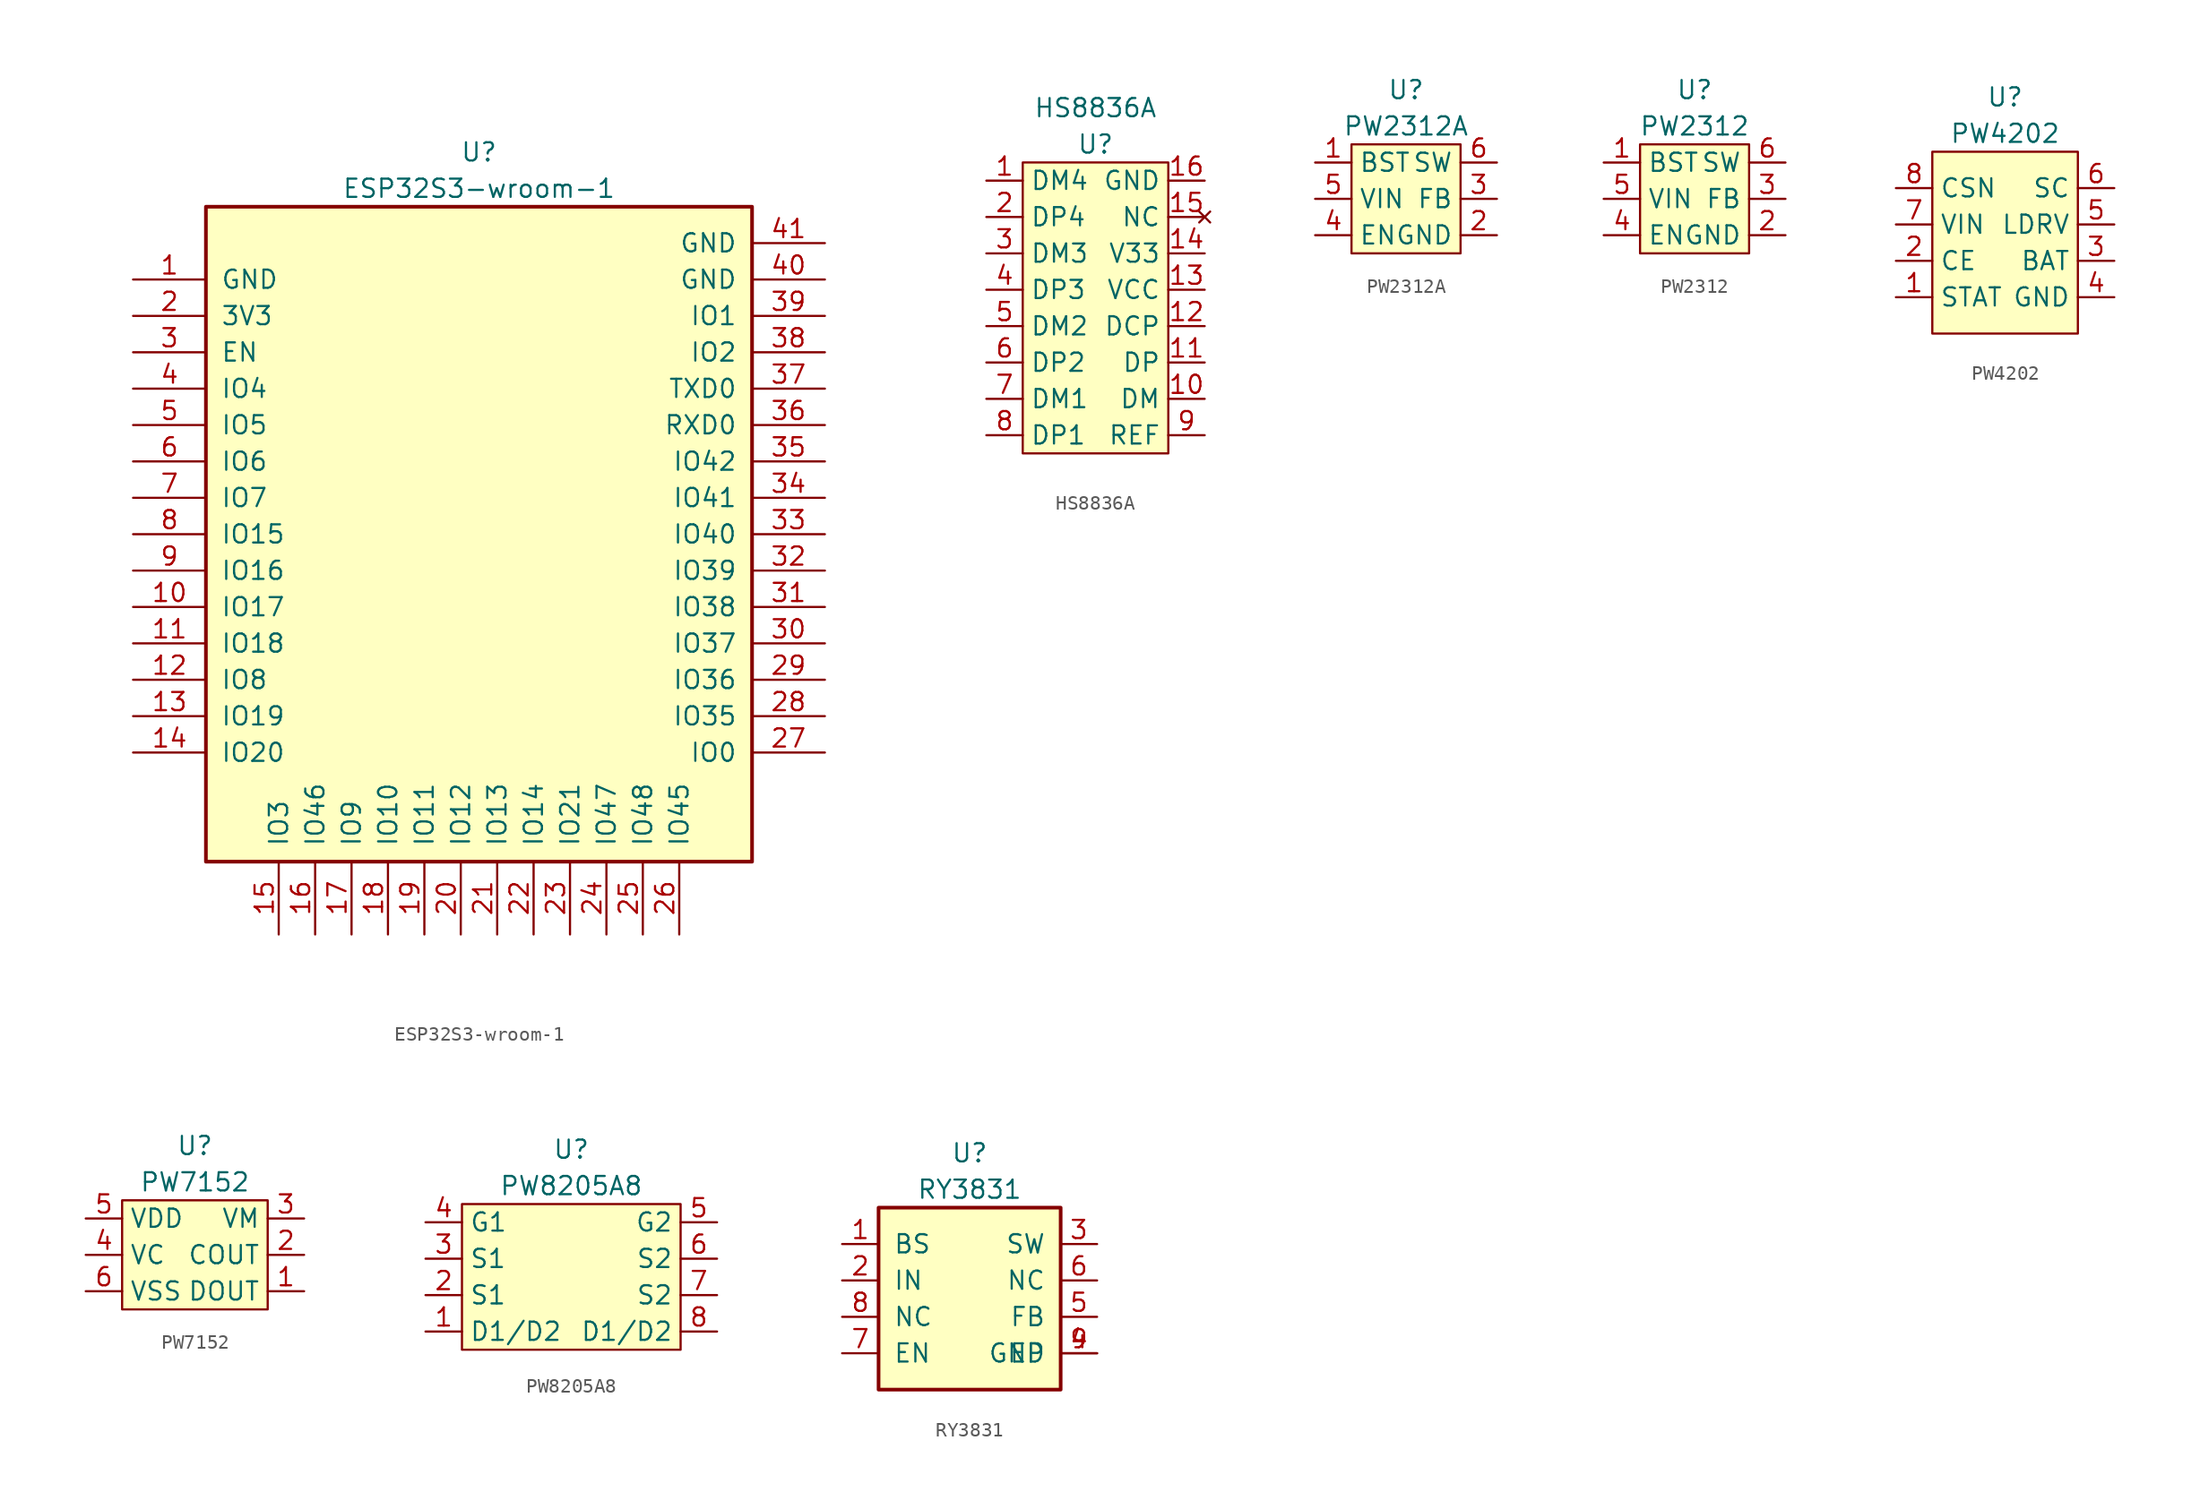
<source format=kicad_sym>
(kicad_symbol_lib
  (version 20211014)
  (generator kicad_symbol_editor)
  (symbol "ESP32S3-wroom-1"
    (pin_names
      (offset 1.016))
    (property "Reference" "U"
      (at 0 27.94 0)
      (effects (font (size 1.27 1.27))))
    (property "Value" "ESP32S3-wroom-1"
      (at 0 25.4 0)
      (effects (font (size 1.27 1.27))))
    (symbol "ESP32S3-wroom-1_0_0"
      (rectangle (start -19.05 24.13) (end 19.05 -21.59) (stroke (width 0.254) (type default) (color 0 0 0 0)) (fill (type background))))
    (symbol "ESP32S3-wroom-1_1_0"
      (pin unspecified line (at -24.13 19.05 0) (length 5.08) (name "GND" (effects (font (size 1.27 1.27)))) (number "1" (effects (font (size 1.27 1.27)))))
      (pin unspecified line (at -24.13 -3.81 0) (length 5.08) (name "IO17" (effects (font (size 1.27 1.27)))) (number "10" (effects (font (size 1.27 1.27)))))
      (pin unspecified line (at -24.13 -6.35 0) (length 5.08) (name "IO18" (effects (font (size 1.27 1.27)))) (number "11" (effects (font (size 1.27 1.27)))))
      (pin unspecified line (at -24.13 -8.89 0) (length 5.08) (name "IO8" (effects (font (size 1.27 1.27)))) (number "12" (effects (font (size 1.27 1.27)))))
      (pin unspecified line (at -24.13 -11.43 0) (length 5.08) (name "IO19" (effects (font (size 1.27 1.27)))) (number "13" (effects (font (size 1.27 1.27)))))
      (pin unspecified line (at -24.13 -13.97 0) (length 5.08) (name "IO20" (effects (font (size 1.27 1.27)))) (number "14" (effects (font (size 1.27 1.27)))))
      (pin unspecified line (at -13.97 -26.67 90) (length 5.08) (name "IO3" (effects (font (size 1.27 1.27)))) (number "15" (effects (font (size 1.27 1.27)))))
      (pin unspecified line (at -11.43 -26.67 90) (length 5.08) (name "IO46" (effects (font (size 1.27 1.27)))) (number "16" (effects (font (size 1.27 1.27)))))
      (pin unspecified line (at -8.89 -26.67 90) (length 5.08) (name "IO9" (effects (font (size 1.27 1.27)))) (number "17" (effects (font (size 1.27 1.27)))))
      (pin unspecified line (at -6.35 -26.67 90) (length 5.08) (name "IO10" (effects (font (size 1.27 1.27)))) (number "18" (effects (font (size 1.27 1.27)))))
      (pin unspecified line (at -3.81 -26.67 90) (length 5.08) (name "IO11" (effects (font (size 1.27 1.27)))) (number "19" (effects (font (size 1.27 1.27)))))
      (pin unspecified line (at -24.13 16.51 0) (length 5.08) (name "3V3" (effects (font (size 1.27 1.27)))) (number "2" (effects (font (size 1.27 1.27)))))
      (pin unspecified line (at -1.27 -26.67 90) (length 5.08) (name "IO12" (effects (font (size 1.27 1.27)))) (number "20" (effects (font (size 1.27 1.27)))))
      (pin unspecified line (at 1.27 -26.67 90) (length 5.08) (name "IO13" (effects (font (size 1.27 1.27)))) (number "21" (effects (font (size 1.27 1.27)))))
      (pin unspecified line (at 3.81 -26.67 90) (length 5.08) (name "IO14" (effects (font (size 1.27 1.27)))) (number "22" (effects (font (size 1.27 1.27)))))
      (pin unspecified line (at 6.35 -26.67 90) (length 5.08) (name "IO21" (effects (font (size 1.27 1.27)))) (number "23" (effects (font (size 1.27 1.27)))))
      (pin unspecified line (at 8.89 -26.67 90) (length 5.08) (name "IO47" (effects (font (size 1.27 1.27)))) (number "24" (effects (font (size 1.27 1.27)))))
      (pin unspecified line (at 11.43 -26.67 90) (length 5.08) (name "IO48" (effects (font (size 1.27 1.27)))) (number "25" (effects (font (size 1.27 1.27)))))
      (pin unspecified line (at 13.97 -26.67 90) (length 5.08) (name "IO45" (effects (font (size 1.27 1.27)))) (number "26" (effects (font (size 1.27 1.27)))))
      (pin unspecified line (at 24.13 -13.97 180) (length 5.08) (name "IO0" (effects (font (size 1.27 1.27)))) (number "27" (effects (font (size 1.27 1.27)))))
      (pin unspecified line (at 24.13 -11.43 180) (length 5.08) (name "IO35" (effects (font (size 1.27 1.27)))) (number "28" (effects (font (size 1.27 1.27)))))
      (pin unspecified line (at 24.13 -8.89 180) (length 5.08) (name "IO36" (effects (font (size 1.27 1.27)))) (number "29" (effects (font (size 1.27 1.27)))))
      (pin unspecified line (at -24.13 13.97 0) (length 5.08) (name "EN" (effects (font (size 1.27 1.27)))) (number "3" (effects (font (size 1.27 1.27)))))
      (pin unspecified line (at 24.13 -6.35 180) (length 5.08) (name "IO37" (effects (font (size 1.27 1.27)))) (number "30" (effects (font (size 1.27 1.27)))))
      (pin unspecified line (at 24.13 -3.81 180) (length 5.08) (name "IO38" (effects (font (size 1.27 1.27)))) (number "31" (effects (font (size 1.27 1.27)))))
      (pin unspecified line (at 24.13 -1.27 180) (length 5.08) (name "IO39" (effects (font (size 1.27 1.27)))) (number "32" (effects (font (size 1.27 1.27)))))
      (pin unspecified line (at 24.13 1.27 180) (length 5.08) (name "IO40" (effects (font (size 1.27 1.27)))) (number "33" (effects (font (size 1.27 1.27)))))
      (pin unspecified line (at 24.13 3.81 180) (length 5.08) (name "IO41" (effects (font (size 1.27 1.27)))) (number "34" (effects (font (size 1.27 1.27)))))
      (pin unspecified line (at 24.13 6.35 180) (length 5.08) (name "IO42" (effects (font (size 1.27 1.27)))) (number "35" (effects (font (size 1.27 1.27)))))
      (pin unspecified line (at 24.13 8.89 180) (length 5.08) (name "RXD0" (effects (font (size 1.27 1.27)))) (number "36" (effects (font (size 1.27 1.27)))))
      (pin unspecified line (at 24.13 11.43 180) (length 5.08) (name "TXD0" (effects (font (size 1.27 1.27)))) (number "37" (effects (font (size 1.27 1.27)))))
      (pin unspecified line (at 24.13 13.97 180) (length 5.08) (name "IO2" (effects (font (size 1.27 1.27)))) (number "38" (effects (font (size 1.27 1.27)))))
      (pin unspecified line (at 24.13 16.51 180) (length 5.08) (name "IO1" (effects (font (size 1.27 1.27)))) (number "39" (effects (font (size 1.27 1.27)))))
      (pin unspecified line (at -24.13 11.43 0) (length 5.08) (name "IO4" (effects (font (size 1.27 1.27)))) (number "4" (effects (font (size 1.27 1.27)))))
      (pin unspecified line (at 24.13 19.05 180) (length 5.08) (name "GND" (effects (font (size 1.27 1.27)))) (number "40" (effects (font (size 1.27 1.27)))))
      (pin unspecified line (at 24.13 21.59 180) (length 5.08) (name "GND" (effects (font (size 1.27 1.27)))) (number "41" (effects (font (size 1.27 1.27)))))
      (pin unspecified line (at -24.13 8.89 0) (length 5.08) (name "IO5" (effects (font (size 1.27 1.27)))) (number "5" (effects (font (size 1.27 1.27)))))
      (pin unspecified line (at -24.13 6.35 0) (length 5.08) (name "IO6" (effects (font (size 1.27 1.27)))) (number "6" (effects (font (size 1.27 1.27)))))
      (pin unspecified line (at -24.13 3.81 0) (length 5.08) (name "IO7" (effects (font (size 1.27 1.27)))) (number "7" (effects (font (size 1.27 1.27)))))
      (pin unspecified line (at -24.13 1.27 0) (length 5.08) (name "IO15" (effects (font (size 1.27 1.27)))) (number "8" (effects (font (size 1.27 1.27)))))
      (pin unspecified line (at -24.13 -1.27 0) (length 5.08) (name "IO16" (effects (font (size 1.27 1.27)))) (number "9" (effects (font (size 1.27 1.27)))))))
  (symbol "HS8836A"
    (property "Reference" "U"
      (at 0 11.43 0)
      (effects (font (size 1.27 1.27))))
    (property "Value" "HS8836A"
      (at 0 13.97 0)
      (effects (font (size 1.27 1.27))))
    (symbol "HS8836A_0_1"
      (rectangle (start -5.08 10.16) (end 5.08 -10.16) (stroke (width 0) (type default) (color 0 0 0 0)) (fill (type background))))
    (symbol "HS8836A_1_1"
      (pin output line (at -7.62 8.89 0) (length 2.54) (name "DM4" (effects (font (size 1.27 1.27)))) (number "1" (effects (font (size 1.27 1.27)))))
      (pin input line (at 7.62 -6.35 180) (length 2.54) (name "DM" (effects (font (size 1.27 1.27)))) (number "10" (effects (font (size 1.27 1.27)))))
      (pin input line (at 7.62 -3.81 180) (length 2.54) (name "DP" (effects (font (size 1.27 1.27)))) (number "11" (effects (font (size 1.27 1.27)))))
      (pin power_out line (at 7.62 -1.27 180) (length 2.54) (name "DCP" (effects (font (size 1.27 1.27)))) (number "12" (effects (font (size 1.27 1.27)))))
      (pin power_in line (at 7.62 1.27 180) (length 2.54) (name "VCC" (effects (font (size 1.27 1.27)))) (number "13" (effects (font (size 1.27 1.27)))))
      (pin power_in line (at 7.62 3.81 180) (length 2.54) (name "V33" (effects (font (size 1.27 1.27)))) (number "14" (effects (font (size 1.27 1.27)))))
      (pin no_connect line (at 7.62 6.35 180) (length 2.54) (name "NC" (effects (font (size 1.27 1.27)))) (number "15" (effects (font (size 1.27 1.27)))))
      (pin power_in line (at 7.62 8.89 180) (length 2.54) (name "GND" (effects (font (size 1.27 1.27)))) (number "16" (effects (font (size 1.27 1.27)))))
      (pin output line (at -7.62 6.35 0) (length 2.54) (name "DP4" (effects (font (size 1.27 1.27)))) (number "2" (effects (font (size 1.27 1.27)))))
      (pin output line (at -7.62 3.81 0) (length 2.54) (name "DM3" (effects (font (size 1.27 1.27)))) (number "3" (effects (font (size 1.27 1.27)))))
      (pin output line (at -7.62 1.27 0) (length 2.54) (name "DP3" (effects (font (size 1.27 1.27)))) (number "4" (effects (font (size 1.27 1.27)))))
      (pin output line (at -7.62 -1.27 0) (length 2.54) (name "DM2" (effects (font (size 1.27 1.27)))) (number "5" (effects (font (size 1.27 1.27)))))
      (pin output line (at -7.62 -3.81 0) (length 2.54) (name "DP2" (effects (font (size 1.27 1.27)))) (number "6" (effects (font (size 1.27 1.27)))))
      (pin output line (at -7.62 -6.35 0) (length 2.54) (name "DM1" (effects (font (size 1.27 1.27)))) (number "7" (effects (font (size 1.27 1.27)))))
      (pin output line (at -7.62 -8.89 0) (length 2.54) (name "DP1" (effects (font (size 1.27 1.27)))) (number "8" (effects (font (size 1.27 1.27)))))
      (pin unspecified line (at 7.62 -8.89 180) (length 2.54) (name "REF" (effects (font (size 1.27 1.27)))) (number "9" (effects (font (size 1.27 1.27)))))))
  (symbol "PW2312A"
    (property "Reference" "U"
      (at 0 7.62 0)
      (effects (font (size 1.27 1.27))))
    (property "Value" "PW2312A"
      (at 0 5.08 0)
      (effects (font (size 1.27 1.27))))
    (symbol "PW2312A_0_1"
      (rectangle (start -3.81 3.81) (end 3.81 -3.81) (stroke (width 0.152) (type default) (color 0 0 0 0)) (fill (type background))))
    (symbol "PW2312A_1_1"
      (pin input line (at -6.35 2.54 0) (length 2.54) (name "BST" (effects (font (size 1.27 1.27)))) (number "1" (effects (font (size 1.27 1.27)))))
      (pin input line (at 6.35 -2.54 180) (length 2.54) (name "GND" (effects (font (size 1.27 1.27)))) (number "2" (effects (font (size 1.27 1.27)))))
      (pin input line (at 6.35 0 180) (length 2.54) (name "FB" (effects (font (size 1.27 1.27)))) (number "3" (effects (font (size 1.27 1.27)))))
      (pin input line (at -6.35 -2.54 0) (length 2.54) (name "EN" (effects (font (size 1.27 1.27)))) (number "4" (effects (font (size 1.27 1.27)))))
      (pin power_in line (at -6.35 0 0) (length 2.54) (name "VIN" (effects (font (size 1.27 1.27)))) (number "5" (effects (font (size 1.27 1.27)))))
      (pin power_out line (at 6.35 2.54 180) (length 2.54) (name "SW" (effects (font (size 1.27 1.27)))) (number "6" (effects (font (size 1.27 1.27)))))))
  (symbol "PW2312"
    (property "Reference" "U"
      (at 0 7.62 0)
      (effects (font (size 1.27 1.27))))
    (property "Value" "PW2312"
      (at 0 5.08 0)
      (effects (font (size 1.27 1.27))))
    (symbol "PW2312_0_1"
      (rectangle (start -3.81 3.81) (end 3.81 -3.81) (stroke (width 0.152) (type default) (color 0 0 0 0)) (fill (type background))))
    (symbol "PW2312_1_1"
      (pin input line (at -6.35 2.54 0) (length 2.54) (name "BST" (effects (font (size 1.27 1.27)))) (number "1" (effects (font (size 1.27 1.27)))))
      (pin input line (at 6.35 -2.54 180) (length 2.54) (name "GND" (effects (font (size 1.27 1.27)))) (number "2" (effects (font (size 1.27 1.27)))))
      (pin input line (at 6.35 0 180) (length 2.54) (name "FB" (effects (font (size 1.27 1.27)))) (number "3" (effects (font (size 1.27 1.27)))))
      (pin input line (at -6.35 -2.54 0) (length 2.54) (name "EN" (effects (font (size 1.27 1.27)))) (number "4" (effects (font (size 1.27 1.27)))))
      (pin power_in line (at -6.35 0 0) (length 2.54) (name "VIN" (effects (font (size 1.27 1.27)))) (number "5" (effects (font (size 1.27 1.27)))))
      (pin power_out line (at 6.35 2.54 180) (length 2.54) (name "SW" (effects (font (size 1.27 1.27)))) (number "6" (effects (font (size 1.27 1.27)))))))
  (symbol "PW4202"
    (property "Reference" "U"
      (at 0 10.16 0)
      (effects (font (size 1.27 1.27))))
    (property "Value" "PW4202"
      (at 0 7.62 0)
      (effects (font (size 1.27 1.27))))
    (symbol "PW4202_0_1"
      (rectangle (start -5.08 6.35) (end 5.08 -6.35) (stroke (width 0.152) (type default) (color 0 0 0 0)) (fill (type background))))
    (symbol "PW4202_1_0"
      (pin output line (at -7.62 -3.81 0) (length 2.54) (name "STAT" (effects (font (size 1.27 1.27)))) (number "1" (effects (font (size 1.27 1.27)))))
      (pin input line (at -7.62 -1.27 0) (length 2.54) (name "CE" (effects (font (size 1.27 1.27)))) (number "2" (effects (font (size 1.27 1.27)))))
      (pin input line (at 7.62 -1.27 180) (length 2.54) (name "BAT" (effects (font (size 1.27 1.27)))) (number "3" (effects (font (size 1.27 1.27)))))
      (pin power_in line (at 7.62 -3.81 180) (length 2.54) (name "GND" (effects (font (size 1.27 1.27)))) (number "4" (effects (font (size 1.27 1.27)))))
      (pin output line (at 7.62 1.27 180) (length 2.54) (name "LDRV" (effects (font (size 1.27 1.27)))) (number "5" (effects (font (size 1.27 1.27)))))
      (pin output line (at 7.62 3.81 180) (length 2.54) (name "SC" (effects (font (size 1.27 1.27)))) (number "6" (effects (font (size 1.27 1.27)))))
      (pin power_in line (at -7.62 1.27 0) (length 2.54) (name "VIN" (effects (font (size 1.27 1.27)))) (number "7" (effects (font (size 1.27 1.27)))))
      (pin input line (at -7.62 3.81 0) (length 2.54) (name "CSN" (effects (font (size 1.27 1.27)))) (number "8" (effects (font (size 1.27 1.27)))))))
  (symbol "PW7152"
    (property "Reference" "U"
      (at 0 7.62 0)
      (effects (font (size 1.27 1.27))))
    (property "Value" "PW7152"
      (at 0 5.08 0)
      (effects (font (size 1.27 1.27))))
    (symbol "PW7152_0_1"
      (rectangle (start -5.08 3.81) (end 5.08 -3.81) (stroke (width 0.152) (type default) (color 0 0 0 0)) (fill (type background))))
    (symbol "PW7152_1_1"
      (pin output line (at 7.62 -2.54 180) (length 2.54) (name "DOUT" (effects (font (size 1.27 1.27)))) (number "1" (effects (font (size 1.27 1.27)))))
      (pin output line (at 7.62 0 180) (length 2.54) (name "COUT" (effects (font (size 1.27 1.27)))) (number "2" (effects (font (size 1.27 1.27)))))
      (pin input line (at 7.62 2.54 180) (length 2.54) (name "VM" (effects (font (size 1.27 1.27)))) (number "3" (effects (font (size 1.27 1.27)))))
      (pin input line (at -7.62 0 0) (length 2.54) (name "VC" (effects (font (size 1.27 1.27)))) (number "4" (effects (font (size 1.27 1.27)))))
      (pin power_in line (at -7.62 2.54 0) (length 2.54) (name "VDD" (effects (font (size 1.27 1.27)))) (number "5" (effects (font (size 1.27 1.27)))))
      (pin input line (at -7.62 -2.54 0) (length 2.54) (name "VSS" (effects (font (size 1.27 1.27)))) (number "6" (effects (font (size 1.27 1.27)))))))
  (symbol "PW8205A8"
    (property "Reference" "U"
      (at 0 8.89 0)
      (effects (font (size 1.27 1.27))))
    (property "Value" "PW8205A8"
      (at 0 6.35 0)
      (effects (font (size 1.27 1.27))))
    (symbol "PW8205A8_0_1"
      (rectangle (start -7.62 5.08) (end 7.62 -5.08) (stroke (width 0.152) (type default) (color 0 0 0 0)) (fill (type background))))
    (symbol "PW8205A8_1_1"
      (pin unspecified line (at -10.16 -3.81 0) (length 2.54) (name "D1/D2" (effects (font (size 1.27 1.27)))) (number "1" (effects (font (size 1.27 1.27)))))
      (pin unspecified line (at -10.16 -1.27 0) (length 2.54) (name "S1" (effects (font (size 1.27 1.27)))) (number "2" (effects (font (size 1.27 1.27)))))
      (pin unspecified line (at -10.16 1.27 0) (length 2.54) (name "S1" (effects (font (size 1.27 1.27)))) (number "3" (effects (font (size 1.27 1.27)))))
      (pin unspecified line (at -10.16 3.81 0) (length 2.54) (name "G1" (effects (font (size 1.27 1.27)))) (number "4" (effects (font (size 1.27 1.27)))))
      (pin unspecified line (at 10.16 3.81 180) (length 2.54) (name "G2" (effects (font (size 1.27 1.27)))) (number "5" (effects (font (size 1.27 1.27)))))
      (pin unspecified line (at 10.16 1.27 180) (length 2.54) (name "S2" (effects (font (size 1.27 1.27)))) (number "6" (effects (font (size 1.27 1.27)))))
      (pin unspecified line (at 10.16 -1.27 180) (length 2.54) (name "S2" (effects (font (size 1.27 1.27)))) (number "7" (effects (font (size 1.27 1.27)))))
      (pin unspecified line (at 10.16 -3.81 180) (length 2.54) (name "D1/D2" (effects (font (size 1.27 1.27)))) (number "8" (effects (font (size 1.27 1.27)))))))
  (symbol "RY3831"
    (pin_names
      (offset 1.016))
    (property "Reference" "U"
      (at 0 10.16 0)
      (effects (font (size 1.27 1.27))))
    (property "Value" "RY3831"
      (at 0 7.62 0)
      (effects (font (size 1.27 1.27))))
    (symbol "RY3831_0_0"
      (rectangle (start -6.35 6.35) (end 6.35 -6.35) (stroke (width 0.254) (type default) (color 0 0 0 0)) (fill (type background))))
    (symbol "RY3831_1_0"
      (pin unspecified line (at -8.89 3.81 0) (length 2.54) (name "BS" (effects (font (size 1.27 1.27)))) (number "1" (effects (font (size 1.27 1.27)))))
      (pin unspecified line (at -8.89 1.27 0) (length 2.54) (name "IN" (effects (font (size 1.27 1.27)))) (number "2" (effects (font (size 1.27 1.27)))))
      (pin unspecified line (at 8.89 3.81 180) (length 2.54) (name "SW" (effects (font (size 1.27 1.27)))) (number "3" (effects (font (size 1.27 1.27)))))
      (pin unspecified line (at 8.89 -3.81 180) (length 2.54) (name "GND" (effects (font (size 1.27 1.27)))) (number "4" (effects (font (size 1.27 1.27)))))
      (pin unspecified line (at 8.89 -1.27 180) (length 2.54) (name "FB" (effects (font (size 1.27 1.27)))) (number "5" (effects (font (size 1.27 1.27)))))
      (pin unspecified line (at 8.89 1.27 180) (length 2.54) (name "NC" (effects (font (size 1.27 1.27)))) (number "6" (effects (font (size 1.27 1.27)))))
      (pin unspecified line (at -8.89 -3.81 0) (length 2.54) (name "EN" (effects (font (size 1.27 1.27)))) (number "7" (effects (font (size 1.27 1.27)))))
      (pin unspecified line (at -8.89 -1.27 0) (length 2.54) (name "NC" (effects (font (size 1.27 1.27)))) (number "8" (effects (font (size 1.27 1.27)))))
      (pin unspecified line (at 8.89 -3.81 180) (length 2.54) (name "EP" (effects (font (size 1.27 1.27)))) (number "9" (effects (font (size 1.27 1.27))))))))
</source>
